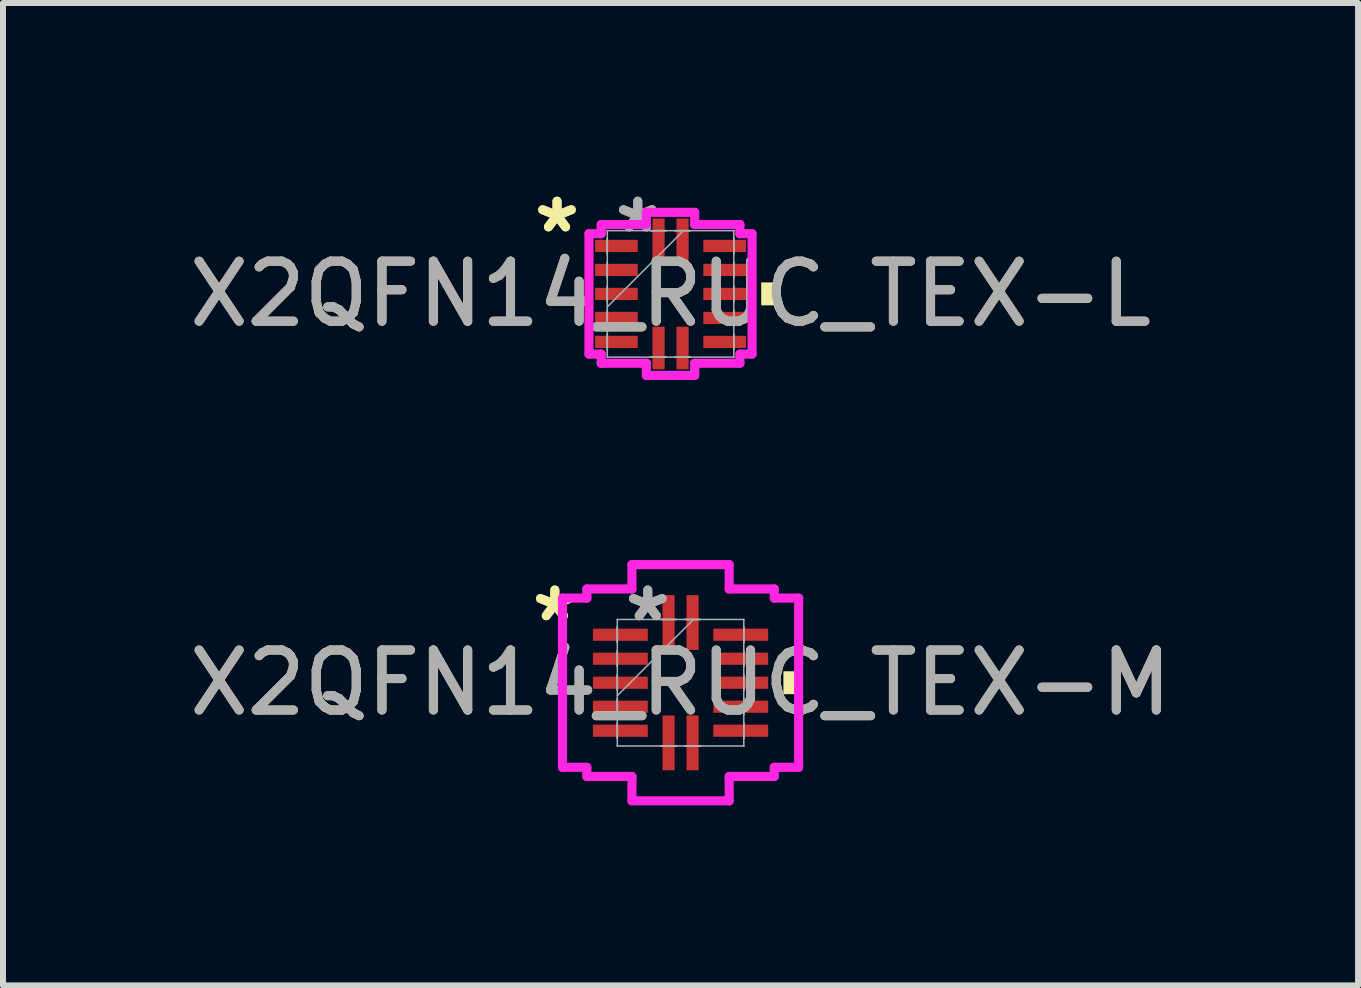
<source format=kicad_pcb>
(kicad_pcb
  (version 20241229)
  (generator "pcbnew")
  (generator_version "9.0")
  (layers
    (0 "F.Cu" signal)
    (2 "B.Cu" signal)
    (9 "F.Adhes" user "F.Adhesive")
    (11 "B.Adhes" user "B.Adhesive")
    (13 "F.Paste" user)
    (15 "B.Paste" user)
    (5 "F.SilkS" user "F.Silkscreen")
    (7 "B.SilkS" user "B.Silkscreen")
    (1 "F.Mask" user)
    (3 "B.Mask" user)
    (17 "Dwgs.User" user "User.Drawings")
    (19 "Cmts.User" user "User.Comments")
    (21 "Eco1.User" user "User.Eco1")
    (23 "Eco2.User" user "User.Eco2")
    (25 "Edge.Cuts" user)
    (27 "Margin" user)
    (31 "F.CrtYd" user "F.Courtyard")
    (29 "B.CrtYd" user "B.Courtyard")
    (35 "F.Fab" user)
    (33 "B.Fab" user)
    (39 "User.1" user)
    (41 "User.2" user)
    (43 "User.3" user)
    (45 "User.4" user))
  (footprint "X2QFN14_RUC_TEX-L"
    (layer "F.Cu")
    (at 8.125 1.848)
    (property "Reference" "X2QFN14_RUC_TEX-L" (at 0 0 0) (unlocked yes) (layer "F.SilkS") (effects (font (size 1 1) (thickness 0.15))))
    (attr smd)
    (fp_poly (pts (xy 1.765 -0.191) (xy 1.765 0.191) (xy 1.511 0.191) (xy 1.511 -0.191)) (stroke (width 0) (type solid)) (fill yes) (layer "F.SilkS"))
    (fp_line (start -1.359 -1.003) (end -1.156 -1.003) (stroke (width 0.152) (type solid)) (layer "F.CrtYd"))
    (fp_line (start -1.359 1.003) (end -1.359 -1.003) (stroke (width 0.152) (type solid)) (layer "F.CrtYd"))
    (fp_line (start -1.156 -1.156) (end -0.403 -1.156) (stroke (width 0.152) (type solid)) (layer "F.CrtYd"))
    (fp_line (start -1.156 -1.003) (end -1.156 -1.156) (stroke (width 0.152) (type solid)) (layer "F.CrtYd"))
    (fp_line (start -1.156 1.003) (end -1.359 1.003) (stroke (width 0.152) (type solid)) (layer "F.CrtYd"))
    (fp_line (start -1.156 1.156) (end -1.156 1.003) (stroke (width 0.152) (type solid)) (layer "F.CrtYd"))
    (fp_line (start -0.403 -1.359) (end 0.403 -1.359) (stroke (width 0.152) (type solid)) (layer "F.CrtYd"))
    (fp_line (start -0.403 -1.156) (end -0.403 -1.359) (stroke (width 0.152) (type solid)) (layer "F.CrtYd"))
    (fp_line (start -0.403 1.156) (end -1.156 1.156) (stroke (width 0.152) (type solid)) (layer "F.CrtYd"))
    (fp_line (start -0.403 1.359) (end -0.403 1.156) (stroke (width 0.152) (type solid)) (layer "F.CrtYd"))
    (fp_line (start 0.403 -1.359) (end 0.403 -1.156) (stroke (width 0.152) (type solid)) (layer "F.CrtYd"))
    (fp_line (start 0.403 -1.156) (end 1.156 -1.156) (stroke (width 0.152) (type solid)) (layer "F.CrtYd"))
    (fp_line (start 0.403 1.156) (end 0.403 1.359) (stroke (width 0.152) (type solid)) (layer "F.CrtYd"))
    (fp_line (start 0.403 1.359) (end -0.403 1.359) (stroke (width 0.152) (type solid)) (layer "F.CrtYd"))
    (fp_line (start 1.156 -1.156) (end 1.156 -1.003) (stroke (width 0.152) (type solid)) (layer "F.CrtYd"))
    (fp_line (start 1.156 -1.003) (end 1.359 -1.003) (stroke (width 0.152) (type solid)) (layer "F.CrtYd"))
    (fp_line (start 1.156 1.003) (end 1.156 1.156) (stroke (width 0.152) (type solid)) (layer "F.CrtYd"))
    (fp_line (start 1.156 1.156) (end 0.403 1.156) (stroke (width 0.152) (type solid)) (layer "F.CrtYd"))
    (fp_line (start 1.359 -1.003) (end 1.359 1.003) (stroke (width 0.152) (type solid)) (layer "F.CrtYd"))
    (fp_line (start 1.359 1.003) (end 1.156 1.003) (stroke (width 0.152) (type solid)) (layer "F.CrtYd"))
    (fp_line (start -1.054 -1.054) (end -1.054 -1.054) (stroke (width 0.025) (type solid)) (layer "F.Fab"))
    (fp_line (start -1.054 -1.054) (end -1.054 1.054) (stroke (width 0.025) (type solid)) (layer "F.Fab"))
    (fp_line (start -1.054 -0.927) (end -1.054 -0.927) (stroke (width 0.025) (type solid)) (layer "F.Fab"))
    (fp_line (start -1.054 -0.927) (end -1.054 -0.673) (stroke (width 0.025) (type solid)) (layer "F.Fab"))
    (fp_line (start -1.054 -0.673) (end -1.054 -0.927) (stroke (width 0.025) (type solid)) (layer "F.Fab"))
    (fp_line (start -1.054 -0.673) (end -1.054 -0.673) (stroke (width 0.025) (type solid)) (layer "F.Fab"))
    (fp_line (start -1.054 -0.527) (end -1.054 -0.527) (stroke (width 0.025) (type solid)) (layer "F.Fab"))
    (fp_line (start -1.054 -0.527) (end -1.054 -0.273) (stroke (width 0.025) (type solid)) (layer "F.Fab"))
    (fp_line (start -1.054 -0.273) (end -1.054 -0.527) (stroke (width 0.025) (type solid)) (layer "F.Fab"))
    (fp_line (start -1.054 -0.273) (end -1.054 -0.273) (stroke (width 0.025) (type solid)) (layer "F.Fab"))
    (fp_line (start -1.054 -0.127) (end -1.054 -0.127) (stroke (width 0.025) (type solid)) (layer "F.Fab"))
    (fp_line (start -1.054 -0.127) (end -1.054 0.127) (stroke (width 0.025) (type solid)) (layer "F.Fab"))
    (fp_line (start -1.054 0.127) (end -1.054 -0.127) (stroke (width 0.025) (type solid)) (layer "F.Fab"))
    (fp_line (start -1.054 0.127) (end -1.054 0.127) (stroke (width 0.025) (type solid)) (layer "F.Fab"))
    (fp_line (start -1.054 0.216) (end 0.216 -1.054) (stroke (width 0.025) (type solid)) (layer "F.Fab"))
    (fp_line (start -1.054 0.273) (end -1.054 0.273) (stroke (width 0.025) (type solid)) (layer "F.Fab"))
    (fp_line (start -1.054 0.273) (end -1.054 0.527) (stroke (width 0.025) (type solid)) (layer "F.Fab"))
    (fp_line (start -1.054 0.527) (end -1.054 0.273) (stroke (width 0.025) (type solid)) (layer "F.Fab"))
    (fp_line (start -1.054 0.527) (end -1.054 0.527) (stroke (width 0.025) (type solid)) (layer "F.Fab"))
    (fp_line (start -1.054 0.673) (end -1.054 0.673) (stroke (width 0.025) (type solid)) (layer "F.Fab"))
    (fp_line (start -1.054 0.673) (end -1.054 0.927) (stroke (width 0.025) (type solid)) (layer "F.Fab"))
    (fp_line (start -1.054 0.927) (end -1.054 0.673) (stroke (width 0.025) (type solid)) (layer "F.Fab"))
    (fp_line (start -1.054 0.927) (end -1.054 0.927) (stroke (width 0.025) (type solid)) (layer "F.Fab"))
    (fp_line (start -1.054 1.054) (end -1.054 1.054) (stroke (width 0.025) (type solid)) (layer "F.Fab"))
    (fp_line (start -1.054 1.054) (end 1.054 1.054) (stroke (width 0.025) (type solid)) (layer "F.Fab"))
    (fp_line (start -0.327 -1.054) (end -0.327 -1.054) (stroke (width 0.025) (type solid)) (layer "F.Fab"))
    (fp_line (start -0.327 -1.054) (end -0.073 -1.054) (stroke (width 0.025) (type solid)) (layer "F.Fab"))
    (fp_line (start -0.327 1.054) (end -0.327 1.054) (stroke (width 0.025) (type solid)) (layer "F.Fab"))
    (fp_line (start -0.327 1.054) (end -0.073 1.054) (stroke (width 0.025) (type solid)) (layer "F.Fab"))
    (fp_line (start -0.073 -1.054) (end -0.327 -1.054) (stroke (width 0.025) (type solid)) (layer "F.Fab"))
    (fp_line (start -0.073 -1.054) (end -0.073 -1.054) (stroke (width 0.025) (type solid)) (layer "F.Fab"))
    (fp_line (start -0.073 1.054) (end -0.327 1.054) (stroke (width 0.025) (type solid)) (layer "F.Fab"))
    (fp_line (start -0.073 1.054) (end -0.073 1.054) (stroke (width 0.025) (type solid)) (layer "F.Fab"))
    (fp_line (start 0.073 -1.054) (end 0.073 -1.054) (stroke (width 0.025) (type solid)) (layer "F.Fab"))
    (fp_line (start 0.073 -1.054) (end 0.327 -1.054) (stroke (width 0.025) (type solid)) (layer "F.Fab"))
    (fp_line (start 0.073 1.054) (end 0.073 1.054) (stroke (width 0.025) (type solid)) (layer "F.Fab"))
    (fp_line (start 0.073 1.054) (end 0.327 1.054) (stroke (width 0.025) (type solid)) (layer "F.Fab"))
    (fp_line (start 0.327 -1.054) (end 0.073 -1.054) (stroke (width 0.025) (type solid)) (layer "F.Fab"))
    (fp_line (start 0.327 -1.054) (end 0.327 -1.054) (stroke (width 0.025) (type solid)) (layer "F.Fab"))
    (fp_line (start 0.327 1.054) (end 0.073 1.054) (stroke (width 0.025) (type solid)) (layer "F.Fab"))
    (fp_line (start 0.327 1.054) (end 0.327 1.054) (stroke (width 0.025) (type solid)) (layer "F.Fab"))
    (fp_line (start 1.054 -1.054) (end -1.054 -1.054) (stroke (width 0.025) (type solid)) (layer "F.Fab"))
    (fp_line (start 1.054 -1.054) (end 1.054 -1.054) (stroke (width 0.025) (type solid)) (layer "F.Fab"))
    (fp_line (start 1.054 -0.927) (end 1.054 -0.927) (stroke (width 0.025) (type solid)) (layer "F.Fab"))
    (fp_line (start 1.054 -0.927) (end 1.054 -0.673) (stroke (width 0.025) (type solid)) (layer "F.Fab"))
    (fp_line (start 1.054 -0.673) (end 1.054 -0.927) (stroke (width 0.025) (type solid)) (layer "F.Fab"))
    (fp_line (start 1.054 -0.673) (end 1.054 -0.673) (stroke (width 0.025) (type solid)) (layer "F.Fab"))
    (fp_line (start 1.054 -0.527) (end 1.054 -0.527) (stroke (width 0.025) (type solid)) (layer "F.Fab"))
    (fp_line (start 1.054 -0.527) (end 1.054 -0.273) (stroke (width 0.025) (type solid)) (layer "F.Fab"))
    (fp_line (start 1.054 -0.273) (end 1.054 -0.527) (stroke (width 0.025) (type solid)) (layer "F.Fab"))
    (fp_line (start 1.054 -0.273) (end 1.054 -0.273) (stroke (width 0.025) (type solid)) (layer "F.Fab"))
    (fp_line (start 1.054 -0.127) (end 1.054 -0.127) (stroke (width 0.025) (type solid)) (layer "F.Fab"))
    (fp_line (start 1.054 -0.127) (end 1.054 0.127) (stroke (width 0.025) (type solid)) (layer "F.Fab"))
    (fp_line (start 1.054 0.127) (end 1.054 -0.127) (stroke (width 0.025) (type solid)) (layer "F.Fab"))
    (fp_line (start 1.054 0.127) (end 1.054 0.127) (stroke (width 0.025) (type solid)) (layer "F.Fab"))
    (fp_line (start 1.054 0.273) (end 1.054 0.273) (stroke (width 0.025) (type solid)) (layer "F.Fab"))
    (fp_line (start 1.054 0.273) (end 1.054 0.527) (stroke (width 0.025) (type solid)) (layer "F.Fab"))
    (fp_line (start 1.054 0.527) (end 1.054 0.273) (stroke (width 0.025) (type solid)) (layer "F.Fab"))
    (fp_line (start 1.054 0.527) (end 1.054 0.527) (stroke (width 0.025) (type solid)) (layer "F.Fab"))
    (fp_line (start 1.054 0.673) (end 1.054 0.673) (stroke (width 0.025) (type solid)) (layer "F.Fab"))
    (fp_line (start 1.054 0.673) (end 1.054 0.927) (stroke (width 0.025) (type solid)) (layer "F.Fab"))
    (fp_line (start 1.054 0.927) (end 1.054 0.673) (stroke (width 0.025) (type solid)) (layer "F.Fab"))
    (fp_line (start 1.054 0.927) (end 1.054 0.927) (stroke (width 0.025) (type solid)) (layer "F.Fab"))
    (fp_line (start 1.054 1.054) (end 1.054 -1.054) (stroke (width 0.025) (type solid)) (layer "F.Fab"))
    (fp_line (start 1.054 1.054) (end 1.054 1.054) (stroke (width 0.025) (type solid)) (layer "F.Fab"))
    (fp_text user "*" (at -1.892 -1 0) (layer "F.SilkS") (effects (font (size 1 1) (thickness 0.15))))
    (fp_text user "*" (at -1.892 -1 0) (unlocked yes) (layer "F.SilkS") (effects (font (size 1 1) (thickness 0.15))))
    (fp_text user "*" (at -0.546 -1 0) (layer "F.Fab") (effects (font (size 1 1) (thickness 0.15))))
    (fp_text user "${REFERENCE}" (at 0 0 0) (unlocked yes) (layer "F.Fab") (effects (font (size 1 1) (thickness 0.15))))
    (fp_text user "*" (at -0.546 -1 0) (unlocked yes) (layer "F.Fab") (effects (font (size 1 1) (thickness 0.15))))
    (pad "1" smd rect (at -0.902 -0.8 90) (size 0.203 0.711) (layers "F.Cu" "F.Mask" "F.Paste"))
    (pad "2" smd rect (at -0.902 -0.4 90) (size 0.203 0.711) (layers "F.Cu" "F.Mask" "F.Paste"))
    (pad "3" smd rect (at -0.902 0 90) (size 0.203 0.711) (layers "F.Cu" "F.Mask" "F.Paste"))
    (pad "4" smd rect (at -0.902 0.4 90) (size 0.203 0.711) (layers "F.Cu" "F.Mask" "F.Paste"))
    (pad "5" smd rect (at -0.902 0.8 90) (size 0.203 0.711) (layers "F.Cu" "F.Mask" "F.Paste"))
    (pad "6" smd rect (at -0.2 0.902) (size 0.203 0.711) (layers "F.Cu" "F.Mask" "F.Paste"))
    (pad "7" smd rect (at 0.2 0.902) (size 0.203 0.711) (layers "F.Cu" "F.Mask" "F.Paste"))
    (pad "8" smd rect (at 0.902 0.8 90) (size 0.203 0.711) (layers "F.Cu" "F.Mask" "F.Paste"))
    (pad "9" smd rect (at 0.902 0.4 90) (size 0.203 0.711) (layers "F.Cu" "F.Mask" "F.Paste"))
    (pad "10" smd rect (at 0.902 0 90) (size 0.203 0.711) (layers "F.Cu" "F.Mask" "F.Paste"))
    (pad "11" smd rect (at 0.902 -0.4 90) (size 0.203 0.711) (layers "F.Cu" "F.Mask" "F.Paste"))
    (pad "12" smd rect (at 0.902 -0.8 90) (size 0.203 0.711) (layers "F.Cu" "F.Mask" "F.Paste"))
    (pad "13" smd rect (at 0.2 -0.902) (size 0.203 0.711) (layers "F.Cu" "F.Mask" "F.Paste"))
    (pad "14" smd rect (at -0.2 -0.902) (size 0.203 0.711) (layers "F.Cu" "F.Mask" "F.Paste")))
  (footprint "X2QFN14_RUC_TEX-M"
    (layer "F.Cu")
    (at 8.292 8.328)
    (property "Reference" "X2QFN14_RUC_TEX-M" (at 0 0 0) (unlocked yes) (layer "F.SilkS") (effects (font (size 1 1) (thickness 0.15))))
    (attr smd)
    (fp_poly (pts (xy 1.968 -0.191) (xy 1.968 0.191) (xy 1.714 0.191) (xy 1.714 -0.191)) (stroke (width 0) (type solid)) (fill yes) (layer "F.SilkS"))
    (fp_line (start -1.968 -1.41) (end -1.562 -1.41) (stroke (width 0.152) (type solid)) (layer "F.CrtYd"))
    (fp_line (start -1.968 1.41) (end -1.968 -1.41) (stroke (width 0.152) (type solid)) (layer "F.CrtYd"))
    (fp_line (start -1.562 -1.562) (end -0.81 -1.562) (stroke (width 0.152) (type solid)) (layer "F.CrtYd"))
    (fp_line (start -1.562 -1.41) (end -1.562 -1.562) (stroke (width 0.152) (type solid)) (layer "F.CrtYd"))
    (fp_line (start -1.562 1.41) (end -1.968 1.41) (stroke (width 0.152) (type solid)) (layer "F.CrtYd"))
    (fp_line (start -1.562 1.562) (end -1.562 1.41) (stroke (width 0.152) (type solid)) (layer "F.CrtYd"))
    (fp_line (start -0.81 -1.968) (end 0.81 -1.968) (stroke (width 0.152) (type solid)) (layer "F.CrtYd"))
    (fp_line (start -0.81 -1.562) (end -0.81 -1.968) (stroke (width 0.152) (type solid)) (layer "F.CrtYd"))
    (fp_line (start -0.81 1.562) (end -1.562 1.562) (stroke (width 0.152) (type solid)) (layer "F.CrtYd"))
    (fp_line (start -0.81 1.968) (end -0.81 1.562) (stroke (width 0.152) (type solid)) (layer "F.CrtYd"))
    (fp_line (start 0.81 -1.968) (end 0.81 -1.562) (stroke (width 0.152) (type solid)) (layer "F.CrtYd"))
    (fp_line (start 0.81 -1.562) (end 1.562 -1.562) (stroke (width 0.152) (type solid)) (layer "F.CrtYd"))
    (fp_line (start 0.81 1.562) (end 0.81 1.968) (stroke (width 0.152) (type solid)) (layer "F.CrtYd"))
    (fp_line (start 0.81 1.968) (end -0.81 1.968) (stroke (width 0.152) (type solid)) (layer "F.CrtYd"))
    (fp_line (start 1.562 -1.562) (end 1.562 -1.41) (stroke (width 0.152) (type solid)) (layer "F.CrtYd"))
    (fp_line (start 1.562 -1.41) (end 1.968 -1.41) (stroke (width 0.152) (type solid)) (layer "F.CrtYd"))
    (fp_line (start 1.562 1.41) (end 1.562 1.562) (stroke (width 0.152) (type solid)) (layer "F.CrtYd"))
    (fp_line (start 1.562 1.562) (end 0.81 1.562) (stroke (width 0.152) (type solid)) (layer "F.CrtYd"))
    (fp_line (start 1.968 -1.41) (end 1.968 1.41) (stroke (width 0.152) (type solid)) (layer "F.CrtYd"))
    (fp_line (start 1.968 1.41) (end 1.562 1.41) (stroke (width 0.152) (type solid)) (layer "F.CrtYd"))
    (fp_line (start -1.054 -1.054) (end -1.054 -1.054) (stroke (width 0.025) (type solid)) (layer "F.Fab"))
    (fp_line (start -1.054 -1.054) (end -1.054 1.054) (stroke (width 0.025) (type solid)) (layer "F.Fab"))
    (fp_line (start -1.054 -0.927) (end -1.054 -0.927) (stroke (width 0.025) (type solid)) (layer "F.Fab"))
    (fp_line (start -1.054 -0.927) (end -1.054 -0.673) (stroke (width 0.025) (type solid)) (layer "F.Fab"))
    (fp_line (start -1.054 -0.673) (end -1.054 -0.927) (stroke (width 0.025) (type solid)) (layer "F.Fab"))
    (fp_line (start -1.054 -0.673) (end -1.054 -0.673) (stroke (width 0.025) (type solid)) (layer "F.Fab"))
    (fp_line (start -1.054 -0.527) (end -1.054 -0.527) (stroke (width 0.025) (type solid)) (layer "F.Fab"))
    (fp_line (start -1.054 -0.527) (end -1.054 -0.273) (stroke (width 0.025) (type solid)) (layer "F.Fab"))
    (fp_line (start -1.054 -0.273) (end -1.054 -0.527) (stroke (width 0.025) (type solid)) (layer "F.Fab"))
    (fp_line (start -1.054 -0.273) (end -1.054 -0.273) (stroke (width 0.025) (type solid)) (layer "F.Fab"))
    (fp_line (start -1.054 -0.127) (end -1.054 -0.127) (stroke (width 0.025) (type solid)) (layer "F.Fab"))
    (fp_line (start -1.054 -0.127) (end -1.054 0.127) (stroke (width 0.025) (type solid)) (layer "F.Fab"))
    (fp_line (start -1.054 0.127) (end -1.054 -0.127) (stroke (width 0.025) (type solid)) (layer "F.Fab"))
    (fp_line (start -1.054 0.127) (end -1.054 0.127) (stroke (width 0.025) (type solid)) (layer "F.Fab"))
    (fp_line (start -1.054 0.216) (end 0.216 -1.054) (stroke (width 0.025) (type solid)) (layer "F.Fab"))
    (fp_line (start -1.054 0.273) (end -1.054 0.273) (stroke (width 0.025) (type solid)) (layer "F.Fab"))
    (fp_line (start -1.054 0.273) (end -1.054 0.527) (stroke (width 0.025) (type solid)) (layer "F.Fab"))
    (fp_line (start -1.054 0.527) (end -1.054 0.273) (stroke (width 0.025) (type solid)) (layer "F.Fab"))
    (fp_line (start -1.054 0.527) (end -1.054 0.527) (stroke (width 0.025) (type solid)) (layer "F.Fab"))
    (fp_line (start -1.054 0.673) (end -1.054 0.673) (stroke (width 0.025) (type solid)) (layer "F.Fab"))
    (fp_line (start -1.054 0.673) (end -1.054 0.927) (stroke (width 0.025) (type solid)) (layer "F.Fab"))
    (fp_line (start -1.054 0.927) (end -1.054 0.673) (stroke (width 0.025) (type solid)) (layer "F.Fab"))
    (fp_line (start -1.054 0.927) (end -1.054 0.927) (stroke (width 0.025) (type solid)) (layer "F.Fab"))
    (fp_line (start -1.054 1.054) (end -1.054 1.054) (stroke (width 0.025) (type solid)) (layer "F.Fab"))
    (fp_line (start -1.054 1.054) (end 1.054 1.054) (stroke (width 0.025) (type solid)) (layer "F.Fab"))
    (fp_line (start -0.327 -1.054) (end -0.327 -1.054) (stroke (width 0.025) (type solid)) (layer "F.Fab"))
    (fp_line (start -0.327 -1.054) (end -0.073 -1.054) (stroke (width 0.025) (type solid)) (layer "F.Fab"))
    (fp_line (start -0.327 1.054) (end -0.327 1.054) (stroke (width 0.025) (type solid)) (layer "F.Fab"))
    (fp_line (start -0.327 1.054) (end -0.073 1.054) (stroke (width 0.025) (type solid)) (layer "F.Fab"))
    (fp_line (start -0.073 -1.054) (end -0.327 -1.054) (stroke (width 0.025) (type solid)) (layer "F.Fab"))
    (fp_line (start -0.073 -1.054) (end -0.073 -1.054) (stroke (width 0.025) (type solid)) (layer "F.Fab"))
    (fp_line (start -0.073 1.054) (end -0.327 1.054) (stroke (width 0.025) (type solid)) (layer "F.Fab"))
    (fp_line (start -0.073 1.054) (end -0.073 1.054) (stroke (width 0.025) (type solid)) (layer "F.Fab"))
    (fp_line (start 0.073 -1.054) (end 0.073 -1.054) (stroke (width 0.025) (type solid)) (layer "F.Fab"))
    (fp_line (start 0.073 -1.054) (end 0.327 -1.054) (stroke (width 0.025) (type solid)) (layer "F.Fab"))
    (fp_line (start 0.073 1.054) (end 0.073 1.054) (stroke (width 0.025) (type solid)) (layer "F.Fab"))
    (fp_line (start 0.073 1.054) (end 0.327 1.054) (stroke (width 0.025) (type solid)) (layer "F.Fab"))
    (fp_line (start 0.327 -1.054) (end 0.073 -1.054) (stroke (width 0.025) (type solid)) (layer "F.Fab"))
    (fp_line (start 0.327 -1.054) (end 0.327 -1.054) (stroke (width 0.025) (type solid)) (layer "F.Fab"))
    (fp_line (start 0.327 1.054) (end 0.073 1.054) (stroke (width 0.025) (type solid)) (layer "F.Fab"))
    (fp_line (start 0.327 1.054) (end 0.327 1.054) (stroke (width 0.025) (type solid)) (layer "F.Fab"))
    (fp_line (start 1.054 -1.054) (end -1.054 -1.054) (stroke (width 0.025) (type solid)) (layer "F.Fab"))
    (fp_line (start 1.054 -1.054) (end 1.054 -1.054) (stroke (width 0.025) (type solid)) (layer "F.Fab"))
    (fp_line (start 1.054 -0.927) (end 1.054 -0.927) (stroke (width 0.025) (type solid)) (layer "F.Fab"))
    (fp_line (start 1.054 -0.927) (end 1.054 -0.673) (stroke (width 0.025) (type solid)) (layer "F.Fab"))
    (fp_line (start 1.054 -0.673) (end 1.054 -0.927) (stroke (width 0.025) (type solid)) (layer "F.Fab"))
    (fp_line (start 1.054 -0.673) (end 1.054 -0.673) (stroke (width 0.025) (type solid)) (layer "F.Fab"))
    (fp_line (start 1.054 -0.527) (end 1.054 -0.527) (stroke (width 0.025) (type solid)) (layer "F.Fab"))
    (fp_line (start 1.054 -0.527) (end 1.054 -0.273) (stroke (width 0.025) (type solid)) (layer "F.Fab"))
    (fp_line (start 1.054 -0.273) (end 1.054 -0.527) (stroke (width 0.025) (type solid)) (layer "F.Fab"))
    (fp_line (start 1.054 -0.273) (end 1.054 -0.273) (stroke (width 0.025) (type solid)) (layer "F.Fab"))
    (fp_line (start 1.054 -0.127) (end 1.054 -0.127) (stroke (width 0.025) (type solid)) (layer "F.Fab"))
    (fp_line (start 1.054 -0.127) (end 1.054 0.127) (stroke (width 0.025) (type solid)) (layer "F.Fab"))
    (fp_line (start 1.054 0.127) (end 1.054 -0.127) (stroke (width 0.025) (type solid)) (layer "F.Fab"))
    (fp_line (start 1.054 0.127) (end 1.054 0.127) (stroke (width 0.025) (type solid)) (layer "F.Fab"))
    (fp_line (start 1.054 0.273) (end 1.054 0.273) (stroke (width 0.025) (type solid)) (layer "F.Fab"))
    (fp_line (start 1.054 0.273) (end 1.054 0.527) (stroke (width 0.025) (type solid)) (layer "F.Fab"))
    (fp_line (start 1.054 0.527) (end 1.054 0.273) (stroke (width 0.025) (type solid)) (layer "F.Fab"))
    (fp_line (start 1.054 0.527) (end 1.054 0.527) (stroke (width 0.025) (type solid)) (layer "F.Fab"))
    (fp_line (start 1.054 0.673) (end 1.054 0.673) (stroke (width 0.025) (type solid)) (layer "F.Fab"))
    (fp_line (start 1.054 0.673) (end 1.054 0.927) (stroke (width 0.025) (type solid)) (layer "F.Fab"))
    (fp_line (start 1.054 0.927) (end 1.054 0.673) (stroke (width 0.025) (type solid)) (layer "F.Fab"))
    (fp_line (start 1.054 0.927) (end 1.054 0.927) (stroke (width 0.025) (type solid)) (layer "F.Fab"))
    (fp_line (start 1.054 1.054) (end 1.054 -1.054) (stroke (width 0.025) (type solid)) (layer "F.Fab"))
    (fp_line (start 1.054 1.054) (end 1.054 1.054) (stroke (width 0.025) (type solid)) (layer "F.Fab"))
    (fp_text user "*" (at -2.095 -1 0) (layer "F.SilkS") (effects (font (size 1 1) (thickness 0.15))))
    (fp_text user "*" (at -2.095 -1 0) (unlocked yes) (layer "F.SilkS") (effects (font (size 1 1) (thickness 0.15))))
    (fp_text user "*" (at -0.546 -1 0) (layer "F.Fab") (effects (font (size 1 1) (thickness 0.15))))
    (fp_text user "*" (at -0.546 -1 0) (unlocked yes) (layer "F.Fab") (effects (font (size 1 1) (thickness 0.15))))
    (fp_text user "${REFERENCE}" (at 0 0 0) (unlocked yes) (layer "F.Fab") (effects (font (size 1 1) (thickness 0.15))))
    (pad "1" smd rect (at -1.003 -0.8 90) (size 0.203 0.914) (layers "F.Cu" "F.Mask" "F.Paste"))
    (pad "2" smd rect (at -1.003 -0.4 90) (size 0.203 0.914) (layers "F.Cu" "F.Mask" "F.Paste"))
    (pad "3" smd rect (at -1.003 0 90) (size 0.203 0.914) (layers "F.Cu" "F.Mask" "F.Paste"))
    (pad "4" smd rect (at -1.003 0.4 90) (size 0.203 0.914) (layers "F.Cu" "F.Mask" "F.Paste"))
    (pad "5" smd rect (at -1.003 0.8 90) (size 0.203 0.914) (layers "F.Cu" "F.Mask" "F.Paste"))
    (pad "6" smd rect (at -0.2 1.003) (size 0.203 0.914) (layers "F.Cu" "F.Mask" "F.Paste"))
    (pad "7" smd rect (at 0.2 1.003) (size 0.203 0.914) (layers "F.Cu" "F.Mask" "F.Paste"))
    (pad "8" smd rect (at 1.003 0.8 90) (size 0.203 0.914) (layers "F.Cu" "F.Mask" "F.Paste"))
    (pad "9" smd rect (at 1.003 0.4 90) (size 0.203 0.914) (layers "F.Cu" "F.Mask" "F.Paste"))
    (pad "10" smd rect (at 1.003 0 90) (size 0.203 0.914) (layers "F.Cu" "F.Mask" "F.Paste"))
    (pad "11" smd rect (at 1.003 -0.4 90) (size 0.203 0.914) (layers "F.Cu" "F.Mask" "F.Paste"))
    (pad "12" smd rect (at 1.003 -0.8 90) (size 0.203 0.914) (layers "F.Cu" "F.Mask" "F.Paste"))
    (pad "13" smd rect (at 0.2 -1.003) (size 0.203 0.914) (layers "F.Cu" "F.Mask" "F.Paste"))
    (pad "14" smd rect (at -0.2 -1.003) (size 0.203 0.914) (layers "F.Cu" "F.Mask" "F.Paste")))
  (gr_rect
    (start -3 -3)
    (end 19.583 13.373)
    (stroke (width 0.1) (type default))
    (fill no)
    (layer "Edge.Cuts")))
</source>
